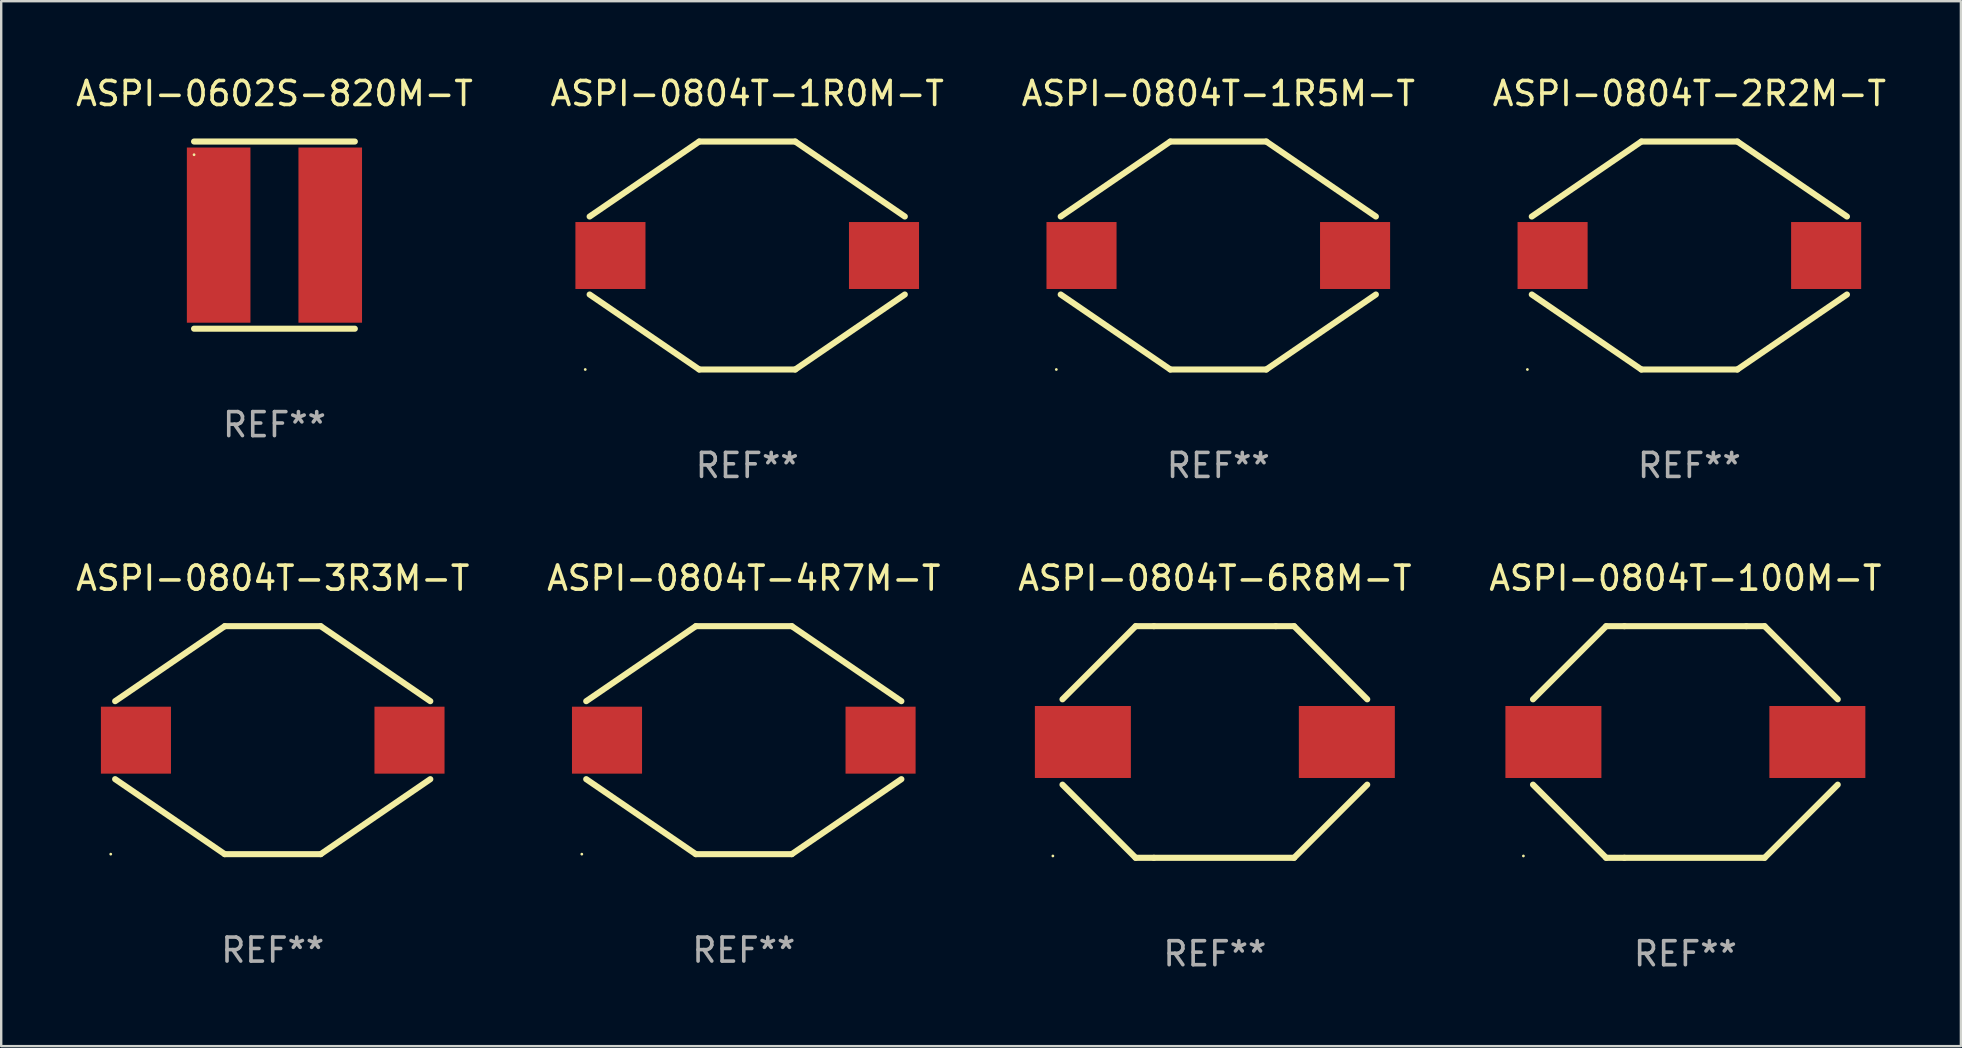
<source format=kicad_pcb>
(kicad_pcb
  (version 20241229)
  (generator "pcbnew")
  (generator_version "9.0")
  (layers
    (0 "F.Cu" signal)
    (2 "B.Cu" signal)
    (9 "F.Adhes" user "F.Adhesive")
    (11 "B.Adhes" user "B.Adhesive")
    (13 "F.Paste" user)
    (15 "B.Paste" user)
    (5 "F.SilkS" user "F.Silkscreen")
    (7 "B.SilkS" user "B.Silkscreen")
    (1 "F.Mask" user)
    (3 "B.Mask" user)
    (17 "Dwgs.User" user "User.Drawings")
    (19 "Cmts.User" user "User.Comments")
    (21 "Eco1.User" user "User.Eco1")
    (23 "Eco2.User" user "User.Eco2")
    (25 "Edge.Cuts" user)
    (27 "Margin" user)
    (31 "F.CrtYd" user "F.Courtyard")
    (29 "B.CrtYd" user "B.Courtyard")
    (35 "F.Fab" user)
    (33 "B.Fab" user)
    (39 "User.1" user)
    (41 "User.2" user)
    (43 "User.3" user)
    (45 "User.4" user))
  (footprint "ASPI-0804T-6R8M-T"
    (layer "F.Cu")
    (at 47.577 27.871)
    (property "Reference" "ASPI-0804T-6R8M-T" (at 0 -6.826 0) (layer "F.SilkS") (effects (font (size 1 1) (thickness 0.15))))
    (attr through_hole)
    (fp_line (start -3.302 -4.826) (end -6.35 -1.778) (stroke (width 0.254) (type solid)) (layer "F.SilkS"))
    (fp_line (start -3.302 4.826) (end -6.35 1.778) (stroke (width 0.254) (type solid)) (layer "F.SilkS"))
    (fp_line (start -2.541 4.826) (end 3.301 4.826) (stroke (width 0.254) (type solid)) (layer "F.SilkS"))
    (fp_line (start -2.54 -4.826) (end -3.302 -4.826) (stroke (width 0.254) (type solid)) (layer "F.SilkS"))
    (fp_line (start -2.54 -4.826) (end 2.54 -4.826) (stroke (width 0.254) (type solid)) (layer "F.SilkS"))
    (fp_line (start -2.54 4.826) (end -3.302 4.826) (stroke (width 0.254) (type solid)) (layer "F.SilkS"))
    (fp_line (start 2.54 -4.826) (end 3.302 -4.826) (stroke (width 0.254) (type solid)) (layer "F.SilkS"))
    (fp_line (start 3.301 4.826) (end 6.349 1.778) (stroke (width 0.254) (type solid)) (layer "F.SilkS"))
    (fp_line (start 3.302 -4.826) (end 6.35 -1.778) (stroke (width 0.254) (type solid)) (layer "F.SilkS"))
    (fp_circle (center -6.75 4.75) (end -6.72 4.75) (stroke (width 0.06) (type solid)) (fill no) (layer "F.SilkS"))
    (fp_text user "REF**" (at 0 8.826 0) (layer "F.Fab") (effects (font (size 1 1) (thickness 0.15))))
    (pad "1" smd rect (at -5.5 0) (size 4 3) (layers "F.Cu" "F.Mask" "F.Paste"))
    (pad "2" smd rect (at 5.5 0) (size 4 3) (layers "F.Cu" "F.Mask" "F.Paste")))
  (footprint "ASPI-0804T-3R3M-T"
    (layer "F.Cu")
    (at 8.315 27.795)
    (property "Reference" "ASPI-0804T-3R3M-T" (at 0 -6.75 0) (layer "F.SilkS") (effects (font (size 1 1) (thickness 0.15))))
    (attr through_hole)
    (fp_line (start -2 -4.75) (end -6.567 -1.625) (stroke (width 0.254) (type solid)) (layer "F.SilkS"))
    (fp_line (start -2 4.75) (end -6.567 1.625) (stroke (width 0.254) (type solid)) (layer "F.SilkS"))
    (fp_line (start 2 -4.75) (end -2 -4.75) (stroke (width 0.254) (type solid)) (layer "F.SilkS"))
    (fp_line (start 2 -4.75) (end 6.567 -1.625) (stroke (width 0.254) (type solid)) (layer "F.SilkS"))
    (fp_line (start 2 4.75) (end -2 4.75) (stroke (width 0.254) (type solid)) (layer "F.SilkS"))
    (fp_line (start 2 4.75) (end 6.567 1.625) (stroke (width 0.254) (type solid)) (layer "F.SilkS"))
    (fp_circle (center -6.75 4.75) (end -6.72 4.75) (stroke (width 0.06) (type solid)) (fill no) (layer "F.SilkS"))
    (fp_text user "REF**" (at 0 8.75 0) (layer "F.Fab") (effects (font (size 1 1) (thickness 0.15))))
    (pad "1" smd rect (at -5.7 -0.000013) (size 2.92 2.79) (layers "F.Cu" "F.Mask" "F.Paste"))
    (pad "2" smd rect (at 5.7 -0.000013) (size 2.92 2.79) (layers "F.Cu" "F.Mask" "F.Paste")))
  (footprint "ASPI-0804T-4R7M-T"
    (layer "F.Cu")
    (at 27.946 27.795)
    (property "Reference" "ASPI-0804T-4R7M-T" (at 0 -6.75 0) (layer "F.SilkS") (effects (font (size 1 1) (thickness 0.15))))
    (attr through_hole)
    (fp_line (start -2 -4.75) (end -6.567 -1.625) (stroke (width 0.254) (type solid)) (layer "F.SilkS"))
    (fp_line (start -2 4.75) (end -6.567 1.625) (stroke (width 0.254) (type solid)) (layer "F.SilkS"))
    (fp_line (start 2 -4.75) (end -2 -4.75) (stroke (width 0.254) (type solid)) (layer "F.SilkS"))
    (fp_line (start 2 -4.75) (end 6.567 -1.625) (stroke (width 0.254) (type solid)) (layer "F.SilkS"))
    (fp_line (start 2 4.75) (end -2 4.75) (stroke (width 0.254) (type solid)) (layer "F.SilkS"))
    (fp_line (start 2 4.75) (end 6.567 1.625) (stroke (width 0.254) (type solid)) (layer "F.SilkS"))
    (fp_circle (center -6.75 4.75) (end -6.72 4.75) (stroke (width 0.06) (type solid)) (fill no) (layer "F.SilkS"))
    (fp_text user "REF**" (at 0 8.75 0) (layer "F.Fab") (effects (font (size 1 1) (thickness 0.15))))
    (pad "1" smd rect (at -5.7 -0.000013) (size 2.92 2.79) (layers "F.Cu" "F.Mask" "F.Paste"))
    (pad "2" smd rect (at 5.7 -0.000013) (size 2.92 2.79) (layers "F.Cu" "F.Mask" "F.Paste")))
  (footprint "ASPI-0602S-820M-T"
    (layer "F.Cu")
    (at 8.387 6.748)
    (property "Reference" "ASPI-0602S-820M-T" (at 0 -5.9 0) (layer "F.SilkS") (effects (font (size 1 1) (thickness 0.15))))
    (attr through_hole)
    (fp_line (start -3.35 -3.9) (end 3.35 -3.9) (stroke (width 0.254) (type solid)) (layer "F.SilkS"))
    (fp_line (start -3.35 3.9) (end 3.35 3.9) (stroke (width 0.254) (type solid)) (layer "F.SilkS"))
    (fp_circle (center -3.35 -3.35) (end -3.32 -3.35) (stroke (width 0.06) (type solid)) (fill no) (layer "F.SilkS"))
    (fp_text user "REF**" (at 0 7.9 0) (layer "F.Fab") (effects (font (size 1 1) (thickness 0.15))))
    (pad "1" smd rect (at -2.325 0) (size 2.65 7.3) (layers "F.Cu" "F.Mask" "F.Paste"))
    (pad "2" smd rect (at 2.325 0) (size 2.65 7.3) (layers "F.Cu" "F.Mask" "F.Paste")))
  (footprint "ASPI-0804T-1R5M-T"
    (layer "F.Cu")
    (at 47.72 7.598)
    (property "Reference" "ASPI-0804T-1R5M-T" (at 0 -6.75 0) (layer "F.SilkS") (effects (font (size 1 1) (thickness 0.15))))
    (attr through_hole)
    (fp_line (start -2 -4.75) (end -6.567 -1.625) (stroke (width 0.254) (type solid)) (layer "F.SilkS"))
    (fp_line (start -2 4.75) (end -6.567 1.625) (stroke (width 0.254) (type solid)) (layer "F.SilkS"))
    (fp_line (start 2 -4.75) (end -2 -4.75) (stroke (width 0.254) (type solid)) (layer "F.SilkS"))
    (fp_line (start 2 -4.75) (end 6.567 -1.625) (stroke (width 0.254) (type solid)) (layer "F.SilkS"))
    (fp_line (start 2 4.75) (end -2 4.75) (stroke (width 0.254) (type solid)) (layer "F.SilkS"))
    (fp_line (start 2 4.75) (end 6.567 1.625) (stroke (width 0.254) (type solid)) (layer "F.SilkS"))
    (fp_circle (center -6.75 4.75) (end -6.72 4.75) (stroke (width 0.06) (type solid)) (fill no) (layer "F.SilkS"))
    (fp_text user "REF**" (at 0 8.75 0) (layer "F.Fab") (effects (font (size 1 1) (thickness 0.15))))
    (pad "1" smd rect (at -5.7 -0.000013) (size 2.92 2.79) (layers "F.Cu" "F.Mask" "F.Paste"))
    (pad "2" smd rect (at 5.7 -0.000013) (size 2.92 2.79) (layers "F.Cu" "F.Mask" "F.Paste")))
  (footprint "ASPI-0804T-100M-T"
    (layer "F.Cu")
    (at 67.185 27.871)
    (property "Reference" "ASPI-0804T-100M-T" (at 0 -6.826 0) (layer "F.SilkS") (effects (font (size 1 1) (thickness 0.15))))
    (attr through_hole)
    (fp_line (start -3.302 -4.826) (end -6.35 -1.778) (stroke (width 0.254) (type solid)) (layer "F.SilkS"))
    (fp_line (start -3.302 4.826) (end -6.35 1.778) (stroke (width 0.254) (type solid)) (layer "F.SilkS"))
    (fp_line (start -2.541 4.826) (end 3.301 4.826) (stroke (width 0.254) (type solid)) (layer "F.SilkS"))
    (fp_line (start -2.54 -4.826) (end -3.302 -4.826) (stroke (width 0.254) (type solid)) (layer "F.SilkS"))
    (fp_line (start -2.54 -4.826) (end 2.54 -4.826) (stroke (width 0.254) (type solid)) (layer "F.SilkS"))
    (fp_line (start -2.54 4.826) (end -3.302 4.826) (stroke (width 0.254) (type solid)) (layer "F.SilkS"))
    (fp_line (start 2.54 -4.826) (end 3.302 -4.826) (stroke (width 0.254) (type solid)) (layer "F.SilkS"))
    (fp_line (start 3.301 4.826) (end 6.349 1.778) (stroke (width 0.254) (type solid)) (layer "F.SilkS"))
    (fp_line (start 3.302 -4.826) (end 6.35 -1.778) (stroke (width 0.254) (type solid)) (layer "F.SilkS"))
    (fp_circle (center -6.75 4.75) (end -6.72 4.75) (stroke (width 0.06) (type solid)) (fill no) (layer "F.SilkS"))
    (fp_text user "REF**" (at 0 8.826 0) (layer "F.Fab") (effects (font (size 1 1) (thickness 0.15))))
    (pad "1" smd rect (at -5.5 0) (size 4 3) (layers "F.Cu" "F.Mask" "F.Paste"))
    (pad "2" smd rect (at 5.5 0) (size 4 3) (layers "F.Cu" "F.Mask" "F.Paste")))
  (footprint "ASPI-0804T-1R0M-T"
    (layer "F.Cu")
    (at 28.089 7.598)
    (property "Reference" "ASPI-0804T-1R0M-T" (at 0 -6.75 0) (layer "F.SilkS") (effects (font (size 1 1) (thickness 0.15))))
    (attr through_hole)
    (fp_line (start -2 -4.75) (end -6.567 -1.625) (stroke (width 0.254) (type solid)) (layer "F.SilkS"))
    (fp_line (start -2 4.75) (end -6.567 1.625) (stroke (width 0.254) (type solid)) (layer "F.SilkS"))
    (fp_line (start 2 -4.75) (end -2 -4.75) (stroke (width 0.254) (type solid)) (layer "F.SilkS"))
    (fp_line (start 2 -4.75) (end 6.567 -1.625) (stroke (width 0.254) (type solid)) (layer "F.SilkS"))
    (fp_line (start 2 4.75) (end -2 4.75) (stroke (width 0.254) (type solid)) (layer "F.SilkS"))
    (fp_line (start 2 4.75) (end 6.567 1.625) (stroke (width 0.254) (type solid)) (layer "F.SilkS"))
    (fp_circle (center -6.75 4.75) (end -6.72 4.75) (stroke (width 0.06) (type solid)) (fill no) (layer "F.SilkS"))
    (fp_text user "REF**" (at 0 8.75 0) (layer "F.Fab") (effects (font (size 1 1) (thickness 0.15))))
    (pad "1" smd rect (at -5.7 -0.000013) (size 2.92 2.79) (layers "F.Cu" "F.Mask" "F.Paste"))
    (pad "2" smd rect (at 5.7 -0.000013) (size 2.92 2.79) (layers "F.Cu" "F.Mask" "F.Paste")))
  (footprint "ASPI-0804T-2R2M-T"
    (layer "F.Cu")
    (at 67.351 7.598)
    (property "Reference" "ASPI-0804T-2R2M-T" (at 0 -6.75 0) (layer "F.SilkS") (effects (font (size 1 1) (thickness 0.15))))
    (attr through_hole)
    (fp_line (start -2 -4.75) (end -6.567 -1.625) (stroke (width 0.254) (type solid)) (layer "F.SilkS"))
    (fp_line (start -2 4.75) (end -6.567 1.625) (stroke (width 0.254) (type solid)) (layer "F.SilkS"))
    (fp_line (start 2 -4.75) (end -2 -4.75) (stroke (width 0.254) (type solid)) (layer "F.SilkS"))
    (fp_line (start 2 -4.75) (end 6.567 -1.625) (stroke (width 0.254) (type solid)) (layer "F.SilkS"))
    (fp_line (start 2 4.75) (end -2 4.75) (stroke (width 0.254) (type solid)) (layer "F.SilkS"))
    (fp_line (start 2 4.75) (end 6.567 1.625) (stroke (width 0.254) (type solid)) (layer "F.SilkS"))
    (fp_circle (center -6.75 4.75) (end -6.72 4.75) (stroke (width 0.06) (type solid)) (fill no) (layer "F.SilkS"))
    (fp_text user "REF**" (at 0 8.75 0) (layer "F.Fab") (effects (font (size 1 1) (thickness 0.15))))
    (pad "1" smd rect (at -5.7 -0.000013) (size 2.92 2.79) (layers "F.Cu" "F.Mask" "F.Paste"))
    (pad "2" smd rect (at 5.7 -0.000013) (size 2.92 2.79) (layers "F.Cu" "F.Mask" "F.Paste")))
  (gr_rect
    (start -3 -3)
    (end 78.667 40.545)
    (stroke (width 0.1) (type default))
    (fill no)
    (layer "Edge.Cuts")))
</source>
